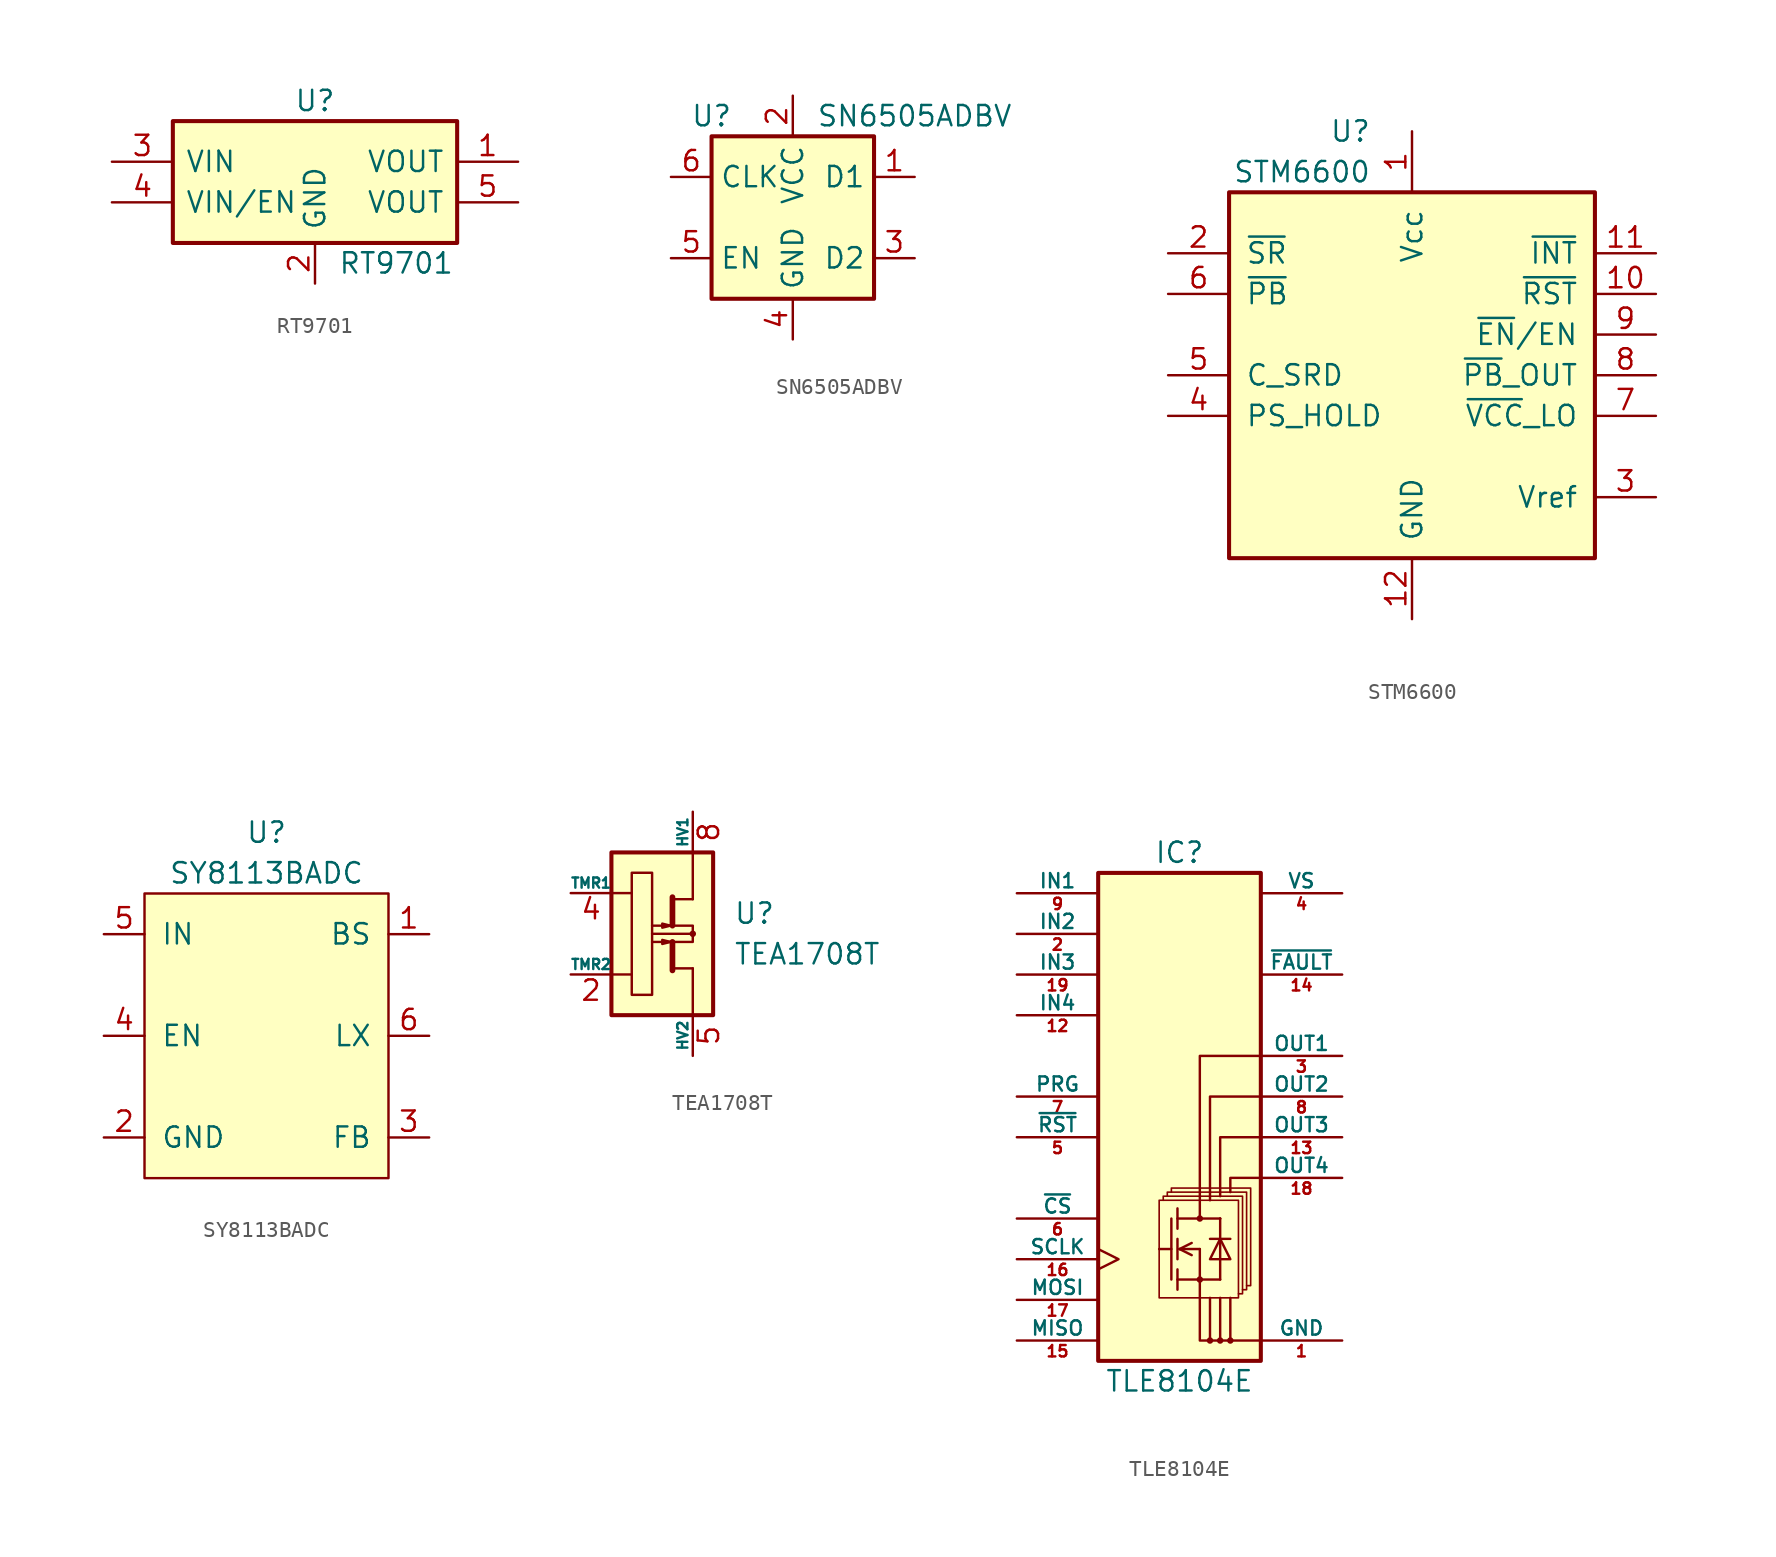
<source format=kicad_sym>
(kicad_symbol_lib
  (version 20201005)
  (generator kicad_symbol_editor)
  (symbol "RT9701"
    (pin_names
      (offset 0.762))
    (property "Reference" "U"
      (at 0 6.35 0)
      (effects (font (size 1.27 1.27))))
    (property "Value" "RT9701"
      (at 5.08 -3.81 0)
      (effects (font (size 1.27 1.27))))
    (symbol "RT9701_0_1"
      (rectangle (start -8.89 5.08) (end 8.89 -2.54) (stroke (width 0.254)) (fill (type background))))
    (symbol "RT9701_1_1"
      (pin power_out line (at 12.7 2.54 180) (length 3.81) (name "VOUT" (effects (font (size 1.27 1.27)))) (number "1" (effects (font (size 1.27 1.27)))))
      (pin power_in line (at 0 -5.08 90) (length 2.54) (name "GND" (effects (font (size 1.27 1.27)))) (number "2" (effects (font (size 1.27 1.27)))))
      (pin power_in line (at -12.7 2.54 0) (length 3.81) (name "VIN" (effects (font (size 1.27 1.27)))) (number "3" (effects (font (size 1.27 1.27)))))
      (pin input line (at -12.7 0 0) (length 3.81) (name "VIN/EN" (effects (font (size 1.27 1.27)))) (number "4" (effects (font (size 1.27 1.27)))))
      (pin passive line (at 12.7 0 180) (length 3.81) (name "VOUT" (effects (font (size 1.27 1.27)))) (number "5" (effects (font (size 1.27 1.27)))))))
  (symbol "SN6505ADBV"
    (property "Reference" "U"
      (at -5.08 6.35 0)
      (effects (font (size 1.27 1.27))))
    (property "Value" "SN6505ADBV"
      (at 7.62 6.35 0)
      (effects (font (size 1.27 1.27))))
    (symbol "SN6505ADBV_0_1"
      (rectangle (start -5.08 5.08) (end 5.08 -5.08) (stroke (width 0.254)) (fill (type background))))
    (symbol "SN6505ADBV_1_1"
      (pin open_collector line (at 7.62 2.54 180) (length 2.54) (name "D1" (effects (font (size 1.27 1.27)))) (number "1" (effects (font (size 1.27 1.27)))))
      (pin power_in line (at 0 7.62 270) (length 2.54) (name "VCC" (effects (font (size 1.27 1.27)))) (number "2" (effects (font (size 1.27 1.27)))))
      (pin open_collector line (at 7.62 -2.54 180) (length 2.54) (name "D2" (effects (font (size 1.27 1.27)))) (number "3" (effects (font (size 1.27 1.27)))))
      (pin power_in line (at 0 -7.62 90) (length 2.54) (name "GND" (effects (font (size 1.27 1.27)))) (number "4" (effects (font (size 1.27 1.27)))))
      (pin input line (at -7.62 -2.54 0) (length 2.54) (name "EN" (effects (font (size 1.27 1.27)))) (number "5" (effects (font (size 1.27 1.27)))))
      (pin input line (at -7.62 2.54 0) (length 2.54) (name "CLK" (effects (font (size 1.27 1.27)))) (number "6" (effects (font (size 1.27 1.27)))))))
  (symbol "STM6600"
    (pin_names
      (offset 1.016))
    (property "Reference" "U"
      (at -2.54 15.24 0)
      (effects (font (size 1.27 1.27)) (justify right)))
    (property "Value" "STM6600"
      (at -2.54 12.7 0)
      (effects (font (size 1.27 1.27)) (justify right)))
    (symbol "STM6600_0_1"
      (rectangle (start -11.43 11.43) (end 11.43 -11.43) (stroke (width 0.254)) (fill (type background))))
    (symbol "STM6600_1_1"
      (pin power_in line (at 0 15.24 270) (length 3.81) (name "Vcc" (effects (font (size 1.27 1.27)))) (number "1" (effects (font (size 1.27 1.27)))))
      (pin open_collector line (at 15.24 5.08 180) (length 3.81) (name "~RST~" (effects (font (size 1.27 1.27)))) (number "10" (effects (font (size 1.27 1.27)))))
      (pin open_collector line (at 15.24 7.62 180) (length 3.81) (name "~INT~" (effects (font (size 1.27 1.27)))) (number "11" (effects (font (size 1.27 1.27)))))
      (pin power_in line (at 0 -15.24 90) (length 3.81) (name "GND" (effects (font (size 1.27 1.27)))) (number "12" (effects (font (size 1.27 1.27)))))
      (pin input line (at -15.24 7.62 0) (length 3.81) (name "~SR~" (effects (font (size 1.27 1.27)))) (number "2" (effects (font (size 1.27 1.27)))))
      (pin output line (at 15.24 -7.62 180) (length 3.81) (name "Vref" (effects (font (size 1.27 1.27)))) (number "3" (effects (font (size 1.27 1.27)))))
      (pin input line (at -15.24 -2.54 0) (length 3.81) (name "PS_HOLD" (effects (font (size 1.27 1.27)))) (number "4" (effects (font (size 1.27 1.27)))))
      (pin input line (at -15.24 0 0) (length 3.81) (name "C_SRD" (effects (font (size 1.27 1.27)))) (number "5" (effects (font (size 1.27 1.27)))))
      (pin input line (at -15.24 5.08 0) (length 3.81) (name "~PB~" (effects (font (size 1.27 1.27)))) (number "6" (effects (font (size 1.27 1.27)))))
      (pin open_collector line (at 15.24 -2.54 180) (length 3.81) (name "~VCC~_LO" (effects (font (size 1.27 1.27)))) (number "7" (effects (font (size 1.27 1.27)))))
      (pin open_collector line (at 15.24 0 180) (length 3.81) (name "~PB~_OUT" (effects (font (size 1.27 1.27)))) (number "8" (effects (font (size 1.27 1.27)))))
      (pin output line (at 15.24 2.54 180) (length 3.81) (name "~EN~/EN" (effects (font (size 1.27 1.27)))) (number "9" (effects (font (size 1.27 1.27)))))))
  (symbol "SY8113BADC"
    (pin_names
      (offset 1.016))
    (property "Reference" "U"
      (at 0 12.7 0)
      (effects (font (size 1.27 1.27))))
    (property "Value" "SY8113BADC"
      (at 0 10.16 0)
      (effects (font (size 1.27 1.27))))
    (symbol "SY8113BADC_0_1"
      (rectangle (start -7.62 8.89) (end 7.62 -8.89) (stroke (width 0)) (fill (type background))))
    (symbol "SY8113BADC_1_1"
      (pin input line (at 10.16 6.35 180) (length 2.54) (name "BS" (effects (font (size 1.27 1.27)))) (number "1" (effects (font (size 1.27 1.27)))))
      (pin input line (at -10.16 -6.35 0) (length 2.54) (name "GND" (effects (font (size 1.27 1.27)))) (number "2" (effects (font (size 1.27 1.27)))))
      (pin input line (at 10.16 -6.35 180) (length 2.54) (name "FB" (effects (font (size 1.27 1.27)))) (number "3" (effects (font (size 1.27 1.27)))))
      (pin input line (at -10.16 0 0) (length 2.54) (name "EN" (effects (font (size 1.27 1.27)))) (number "4" (effects (font (size 1.27 1.27)))))
      (pin input line (at -10.16 6.35 0) (length 2.54) (name "IN" (effects (font (size 1.27 1.27)))) (number "5" (effects (font (size 1.27 1.27)))))
      (pin input line (at 10.16 0 180) (length 2.54) (name "LX" (effects (font (size 1.27 1.27)))) (number "6" (effects (font (size 1.27 1.27)))))))
  (symbol "TEA1708T"
    (pin_names
      (offset 0))
    (property "Reference" "U"
      (at 5.08 1.27 0)
      (effects (font (size 1.27 1.27)) (justify left)))
    (property "Value" "TEA1708T"
      (at 5.08 -1.27 0)
      (effects (font (size 1.27 1.27)) (justify left)))
    (symbol "TEA1708T_0_1"
      (circle (center 2.54 0) (radius 0.127) (stroke (width 0)) (fill (type none)))
      (rectangle (start -2.54 5.08) (end 3.81 -5.08) (stroke (width 0.254)) (fill (type background)))
      (rectangle (start -1.27 3.81) (end 0 -3.81) (stroke (width 0)) (fill (type none)))
      (polyline (pts (xy -2.54 2.54) (xy -1.27 2.54)) (stroke (width 0)) (fill (type none)))
      (polyline (pts (xy -1.27 -2.54) (xy -2.54 -2.54)) (stroke (width 0)) (fill (type none)))
      (polyline (pts (xy 1.27 -2.159) (xy 2.54 -2.159)) (stroke (width 0)) (fill (type none)))
      (polyline (pts (xy 1.27 2.159) (xy 2.54 2.159)) (stroke (width 0)) (fill (type none)))
      (polyline (pts (xy 2.413 0) (xy 0 0)) (stroke (width 0)) (fill (type none)))
      (polyline (pts (xy 2.54 2.159) (xy 2.54 5.08)) (stroke (width 0)) (fill (type none)))
      (polyline (pts (xy 1.27 -0.508) (xy 1.27 -2.286) (xy 1.27 -2.286)) (stroke (width 0.356)) (fill (type none)))
      (polyline (pts (xy 1.27 2.286) (xy 1.27 0.508) (xy 1.27 2.032)) (stroke (width 0.356)) (fill (type none)))
      (polyline (pts (xy 2.54 -2.159) (xy 2.54 -5.08) (xy 2.54 -3.175)) (stroke (width 0)) (fill (type none)))
      (polyline (pts (xy 0 0.508) (xy 2.54 0.508) (xy 2.54 -0.508) (xy 0 -0.508)) (stroke (width 0)) (fill (type none))))
    (symbol "TEA1708T_1_1"
      (polyline (pts (xy 1.143 -0.508) (xy 0.635 -0.635) (xy 0.635 -0.381) (xy 1.143 -0.508)) (stroke (width 0)) (fill (type none)))
      (polyline (pts (xy 1.143 0.508) (xy 0.635 0.381) (xy 0.635 0.635) (xy 1.143 0.508)) (stroke (width 0)) (fill (type none)))
      (pin no_connect line (at -2.54 5.08 0) (length 2.54) hide (name "NC" (effects (font (size 1.27 1.27)))) (number "1" (effects (font (size 1.27 1.27)))))
      (pin passive line (at -5.08 -2.54 0) (length 2.54) (name "TMR2" (effects (font (size 0.635 0.635)))) (number "2" (effects (font (size 1.27 1.27)))))
      (pin no_connect line (at -2.54 2.54 0) (length 2.54) hide (name "NC" (effects (font (size 1.27 1.27)))) (number "3" (effects (font (size 1.27 1.27)))))
      (pin passive line (at -5.08 2.54 0) (length 2.54) (name "TMR1" (effects (font (size 0.635 0.635)))) (number "4" (effects (font (size 1.27 1.27)))))
      (pin passive line (at 2.54 -7.62 90) (length 2.54) (name "HV2" (effects (font (size 0.635 0.635)))) (number "5" (effects (font (size 1.27 1.27)))))
      (pin no_connect line (at -2.54 -2.54 0) (length 2.54) hide (name "NC" (effects (font (size 1.27 1.27)))) (number "6" (effects (font (size 1.27 1.27)))))
      (pin no_connect line (at -2.54 -5.08 0) (length 2.54) hide (name "NC" (effects (font (size 1.27 1.27)))) (number "7" (effects (font (size 1.27 1.27)))))
      (pin passive line (at 2.54 7.62 270) (length 2.54) (name "HV1" (effects (font (size 0.635 0.635)))) (number "8" (effects (font (size 1.27 1.27)))))))
  (symbol "TLE8104E"
    (pin_names
      (offset 0))
    (property "Reference" "IC"
      (at 0 17.78 0)
      (effects (font (size 1.27 1.27))))
    (property "Value" "TLE8104E"
      (at 0 -15.24 0)
      (effects (font (size 1.27 1.27))))
    (symbol "TLE8104E_0_1"
      (circle (center 1.27 -8.89) (radius 0.127) (stroke (width 0.152)) (fill (type none)))
      (circle (center 1.27 -5.08) (radius 0.127) (stroke (width 0.152)) (fill (type none)))
      (circle (center 1.905 -12.7) (radius 0.127) (stroke (width 0.152)) (fill (type none)))
      (circle (center 2.54 -12.7) (radius 0.127) (stroke (width 0.152)) (fill (type none)))
      (circle (center 3.175 -12.7) (radius 0.127) (stroke (width 0.152)) (fill (type none)))
      (rectangle (start -5.08 16.51) (end 5.08 -13.97) (stroke (width 0.254)) (fill (type background)))
      (rectangle (start -1.27 -3.937) (end 3.683 -10.033) (stroke (width 0.102)) (fill (type background)))
      (polyline (pts (xy -1.27 -6.985) (xy -0.508 -6.985)) (stroke (width 0.152)) (fill (type none)))
      (polyline (pts (xy -0.508 -5.08) (xy -0.508 -8.89)) (stroke (width 0.152)) (fill (type none)))
      (polyline (pts (xy -0.127 -8.89) (xy 2.54 -8.89)) (stroke (width 0.152)) (fill (type none)))
      (polyline (pts (xy -0.127 -8.255) (xy -0.127 -9.525)) (stroke (width 0.152)) (fill (type none)))
      (polyline (pts (xy -0.127 -6.35) (xy -0.127 -7.62)) (stroke (width 0.152)) (fill (type none)))
      (polyline (pts (xy -0.127 -4.445) (xy -0.127 -5.715)) (stroke (width 0.152)) (fill (type none)))
      (polyline (pts (xy 0 -6.985) (xy 0.762 -7.366)) (stroke (width 0.152)) (fill (type none)))
      (polyline (pts (xy 0 -6.985) (xy 0.762 -6.604)) (stroke (width 0.152)) (fill (type none)))
      (polyline (pts (xy 0 -6.985) (xy 1.27 -6.985)) (stroke (width 0.152)) (fill (type none)))
      (polyline (pts (xy 1.905 -10.033) (xy 1.905 -12.7)) (stroke (width 0.152)) (fill (type none)))
      (polyline (pts (xy 1.905 -6.35) (xy 3.175 -6.35)) (stroke (width 0.152)) (fill (type none)))
      (polyline (pts (xy 2.54 -12.7) (xy 2.54 -10.033)) (stroke (width 0.152)) (fill (type none)))
      (polyline (pts (xy 2.54 -5.08) (xy -0.127 -5.08)) (stroke (width 0.152)) (fill (type none)))
      (polyline (pts (xy 2.54 -5.08) (xy 2.54 -8.89)) (stroke (width 0)) (fill (type none)))
      (polyline (pts (xy 2.54 -5.08) (xy 2.54 -5.08)) (stroke (width 0)) (fill (type none)))
      (polyline (pts (xy 3.175 -12.7) (xy 3.175 -10.033)) (stroke (width 0.152)) (fill (type none)))
      (polyline (pts (xy 1.27 -6.985) (xy 1.27 -7.62) (xy 1.27 -8.89)) (stroke (width 0.152)) (fill (type none)))
      (polyline (pts (xy 1.27 -5.08) (xy 1.27 5.08) (xy 5.08 5.08)) (stroke (width 0.152)) (fill (type none)))
      (polyline (pts (xy 5.08 -12.7) (xy 1.27 -12.7) (xy 1.27 -8.89)) (stroke (width 0.152)) (fill (type none)))
      (polyline (pts (xy 5.08 -2.54) (xy 3.175 -2.54) (xy 3.175 -3.429)) (stroke (width 0.152)) (fill (type none)))
      (polyline (pts (xy 5.08 0) (xy 2.54 0) (xy 2.54 -3.683)) (stroke (width 0.152)) (fill (type none)))
      (polyline (pts (xy 5.08 2.54) (xy 1.905 2.54) (xy 1.905 -3.937)) (stroke (width 0.152)) (fill (type none)))
      (polyline (pts (xy 2.54 -6.35) (xy 1.905 -7.62) (xy 3.175 -7.62) (xy 2.54 -6.35)) (stroke (width 0.152)) (fill (type none)))
      (polyline (pts (xy -1.016 -3.937) (xy -1.016 -3.683) (xy 3.937 -3.683) (xy 3.937 -9.779) (xy 3.683 -9.779)) (stroke (width 0.102)) (fill (type background)))
      (polyline (pts (xy -0.762 -3.683) (xy -0.762 -3.429) (xy 4.191 -3.429) (xy 4.191 -9.525) (xy 3.937 -9.525)) (stroke (width 0.102)) (fill (type background)))
      (polyline (pts (xy -0.508 -3.429) (xy -0.508 -3.175) (xy 4.445 -3.175) (xy 4.445 -9.271) (xy 4.191 -9.271)) (stroke (width 0.102)) (fill (type background))))
    (symbol "TLE8104E_1_1"
      (pin power_in line (at 10.16 -12.7 180) (length 5.08) (name "GND" (effects (font (size 0.889 0.889)))) (number "1" (effects (font (size 0.711 0.711)))))
      (pin passive line (at 10.16 -12.7 180) (length 5.08) hide (name "GND" (effects (font (size 0.889 0.889)))) (number "10" (effects (font (size 0.711 0.711)))))
      (pin passive line (at 10.16 -12.7 180) (length 5.08) hide (name "GND" (effects (font (size 0.889 0.889)))) (number "11" (effects (font (size 0.711 0.711)))))
      (pin input line (at -10.16 7.62 0) (length 5.08) (name "IN4" (effects (font (size 0.889 0.889)))) (number "12" (effects (font (size 0.711 0.711)))))
      (pin open_collector line (at 10.16 0 180) (length 5.08) (name "OUT3" (effects (font (size 0.889 0.889)))) (number "13" (effects (font (size 0.711 0.711)))))
      (pin output line (at 10.16 10.16 180) (length 5.08) (name "~FAULT" (effects (font (size 0.889 0.889)))) (number "14" (effects (font (size 0.711 0.711)))))
      (pin passive line (at -10.16 -12.7 0) (length 5.08) (name "MISO" (effects (font (size 0.889 0.889)))) (number "15" (effects (font (size 0.711 0.711)))))
      (pin input clock (at -10.16 -7.62 0) (length 5.08) (name "SCLK" (effects (font (size 0.889 0.889)))) (number "16" (effects (font (size 0.711 0.711)))))
      (pin input line (at -10.16 -10.16 0) (length 5.08) (name "MOSI" (effects (font (size 0.889 0.889)))) (number "17" (effects (font (size 0.711 0.711)))))
      (pin open_collector line (at 10.16 -2.54 180) (length 5.08) (name "OUT4" (effects (font (size 0.889 0.889)))) (number "18" (effects (font (size 0.711 0.711)))))
      (pin input line (at -10.16 10.16 0) (length 5.08) (name "IN3" (effects (font (size 0.889 0.889)))) (number "19" (effects (font (size 0.711 0.711)))))
      (pin input line (at -10.16 12.7 0) (length 5.08) (name "IN2" (effects (font (size 0.889 0.889)))) (number "2" (effects (font (size 0.711 0.711)))))
      (pin passive line (at 10.16 -12.7 180) (length 5.08) hide (name "GND" (effects (font (size 0.889 0.889)))) (number "20" (effects (font (size 0.711 0.711)))))
      (pin passive line (at 10.16 -12.7 180) (length 5.08) hide (name "GND" (effects (font (size 0.889 0.889)))) (number "21" (effects (font (size 0.711 0.711)))))
      (pin open_collector line (at 10.16 5.08 180) (length 5.08) (name "OUT1" (effects (font (size 0.889 0.889)))) (number "3" (effects (font (size 0.711 0.711)))))
      (pin power_in line (at 10.16 15.24 180) (length 5.08) (name "VS" (effects (font (size 0.889 0.889)))) (number "4" (effects (font (size 0.711 0.711)))))
      (pin input line (at -10.16 0 0) (length 5.08) (name "~RST" (effects (font (size 0.889 0.889)))) (number "5" (effects (font (size 0.711 0.711)))))
      (pin input line (at -10.16 -5.08 0) (length 5.08) (name "~CS" (effects (font (size 0.889 0.889)))) (number "6" (effects (font (size 0.711 0.711)))))
      (pin input line (at -10.16 2.54 0) (length 5.08) (name "PRG" (effects (font (size 0.889 0.889)))) (number "7" (effects (font (size 0.711 0.711)))))
      (pin open_collector line (at 10.16 2.54 180) (length 5.08) (name "OUT2" (effects (font (size 0.889 0.889)))) (number "8" (effects (font (size 0.711 0.711)))))
      (pin input line (at -10.16 15.24 0) (length 5.08) (name "IN1" (effects (font (size 0.889 0.889)))) (number "9" (effects (font (size 0.711 0.711))))))))
</source>
